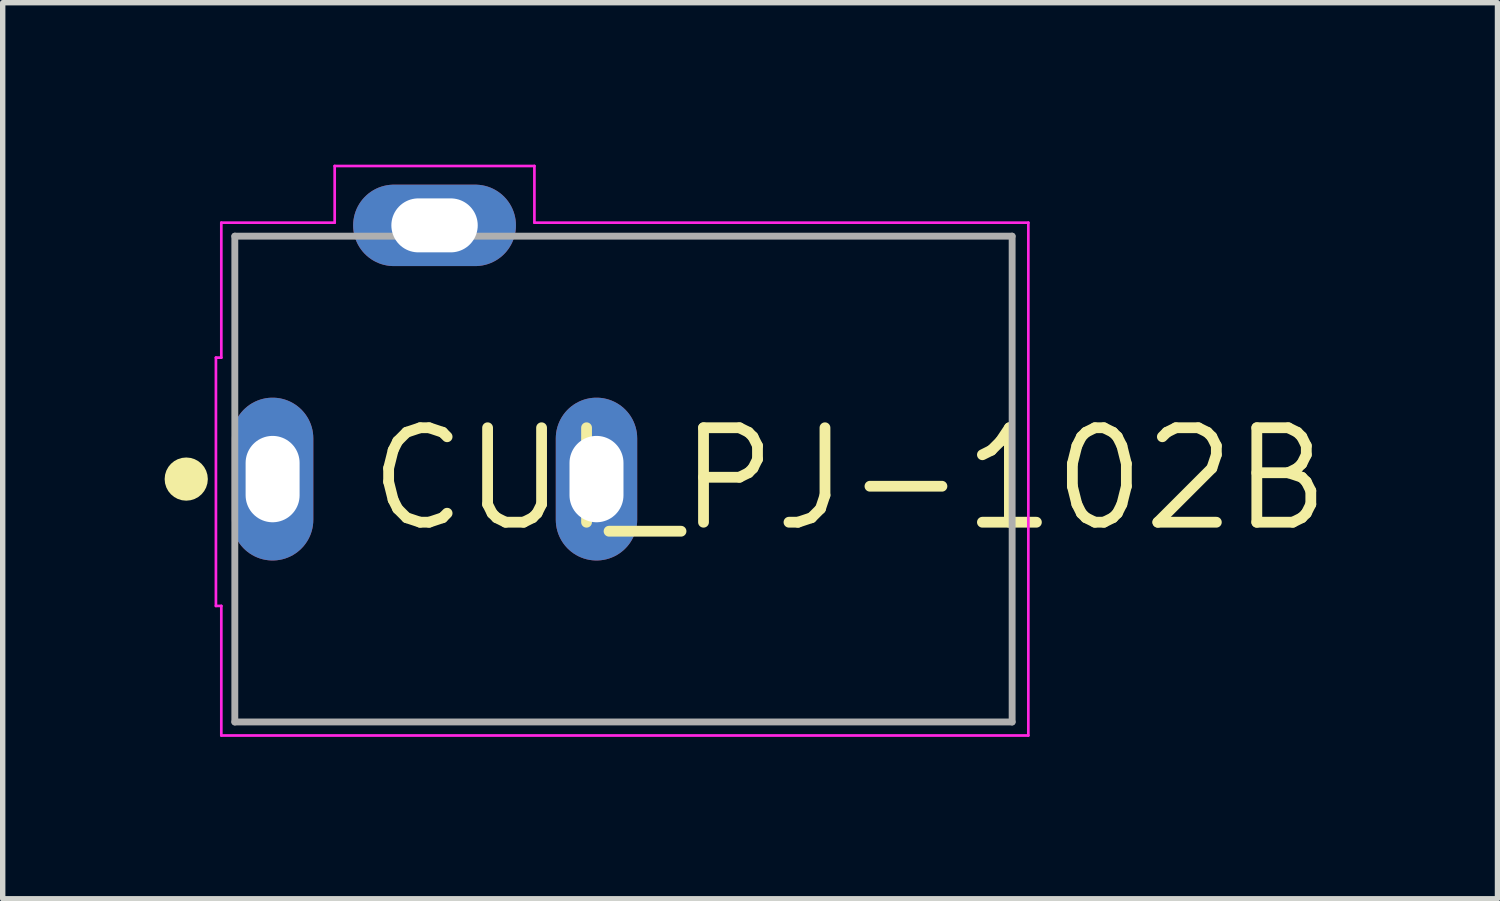
<source format=kicad_pcb>
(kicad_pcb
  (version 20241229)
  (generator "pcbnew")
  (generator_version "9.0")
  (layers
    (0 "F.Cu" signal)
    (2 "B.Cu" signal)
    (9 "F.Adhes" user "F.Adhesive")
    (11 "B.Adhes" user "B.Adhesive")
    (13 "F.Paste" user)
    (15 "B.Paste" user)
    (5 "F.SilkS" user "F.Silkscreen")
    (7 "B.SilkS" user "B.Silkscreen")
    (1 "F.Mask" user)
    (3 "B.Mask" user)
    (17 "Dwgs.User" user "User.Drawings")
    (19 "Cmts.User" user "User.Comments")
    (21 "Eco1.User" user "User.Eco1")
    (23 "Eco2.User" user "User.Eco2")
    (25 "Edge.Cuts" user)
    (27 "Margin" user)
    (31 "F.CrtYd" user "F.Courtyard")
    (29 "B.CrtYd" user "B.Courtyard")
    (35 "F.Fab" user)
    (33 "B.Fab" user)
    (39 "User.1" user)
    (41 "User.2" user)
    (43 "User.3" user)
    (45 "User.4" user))
  (footprint "CUI_PJ-102B"
    (layer "F.Cu")
    (at 8.5 5.825)
    (property "Reference" "CUI_PJ-102B" (at 4.191 0 0) (layer "F.SilkS") (effects (font (size 1.75 1.75) (thickness 0.2))))
    (attr through_hole)
    (fp_circle (center -8.1 0) (end -7.9 0) (stroke (width 0.4) (type solid)) (fill no) (layer "F.SilkS"))
    (fp_line (start -7.55 -2.25) (end -7.55 2.35) (stroke (width 0.05) (type solid)) (layer "F.CrtYd"))
    (fp_line (start -7.55 2.35) (end -7.45 2.35) (stroke (width 0.05) (type solid)) (layer "F.CrtYd"))
    (fp_line (start -7.45 -4.75) (end -5.35 -4.75) (stroke (width 0.05) (type solid)) (layer "F.CrtYd"))
    (fp_line (start -7.45 -2.25) (end -7.55 -2.25) (stroke (width 0.05) (type solid)) (layer "F.CrtYd"))
    (fp_line (start -7.45 -2.25) (end -7.45 -4.75) (stroke (width 0.05) (type solid)) (layer "F.CrtYd"))
    (fp_line (start -7.45 4.75) (end -7.45 2.35) (stroke (width 0.05) (type solid)) (layer "F.CrtYd"))
    (fp_line (start -5.35 -5.8) (end -1.65 -5.8) (stroke (width 0.05) (type solid)) (layer "F.CrtYd"))
    (fp_line (start -5.35 -4.75) (end -5.35 -5.8) (stroke (width 0.05) (type solid)) (layer "F.CrtYd"))
    (fp_line (start -1.65 -5.8) (end -1.65 -4.75) (stroke (width 0.05) (type solid)) (layer "F.CrtYd"))
    (fp_line (start -1.65 -4.75) (end 7.5 -4.75) (stroke (width 0.05) (type solid)) (layer "F.CrtYd"))
    (fp_line (start 7.5 -4.75) (end 7.5 4.75) (stroke (width 0.05) (type solid)) (layer "F.CrtYd"))
    (fp_line (start 7.5 4.75) (end -7.45 4.75) (stroke (width 0.05) (type solid)) (layer "F.CrtYd"))
    (fp_line (start -7.2 -4.5) (end 7.2 -4.5) (stroke (width 0.127) (type solid)) (layer "F.Fab"))
    (fp_line (start -7.2 4.5) (end -7.2 -4.5) (stroke (width 0.127) (type solid)) (layer "F.Fab"))
    (fp_line (start 7.2 -4.5) (end 7.2 4.5) (stroke (width 0.127) (type solid)) (layer "F.Fab"))
    (fp_line (start 7.2 4.5) (end -7.2 4.5) (stroke (width 0.127) (type solid)) (layer "F.Fab"))
    (pad "1" thru_hole oval (at -6.5 0) (size 1.508 3.016) (drill oval 1 1.6) (layers "*.Cu" "*.Mask"))
    (pad "2" thru_hole oval (at -0.5 0) (size 1.508 3.016) (drill oval 1 1.6) (layers "*.Cu" "*.Mask"))
    (pad "3" thru_hole oval (at -3.5 -4.7) (size 3.016 1.508) (drill oval 1.6 1) (layers "*.Cu" "*.Mask")))
  (gr_rect
    (start -3 -3)
    (end 24.691 13.6)
    (stroke (width 0.1) (type default))
    (fill no)
    (layer "Edge.Cuts")))
</source>
